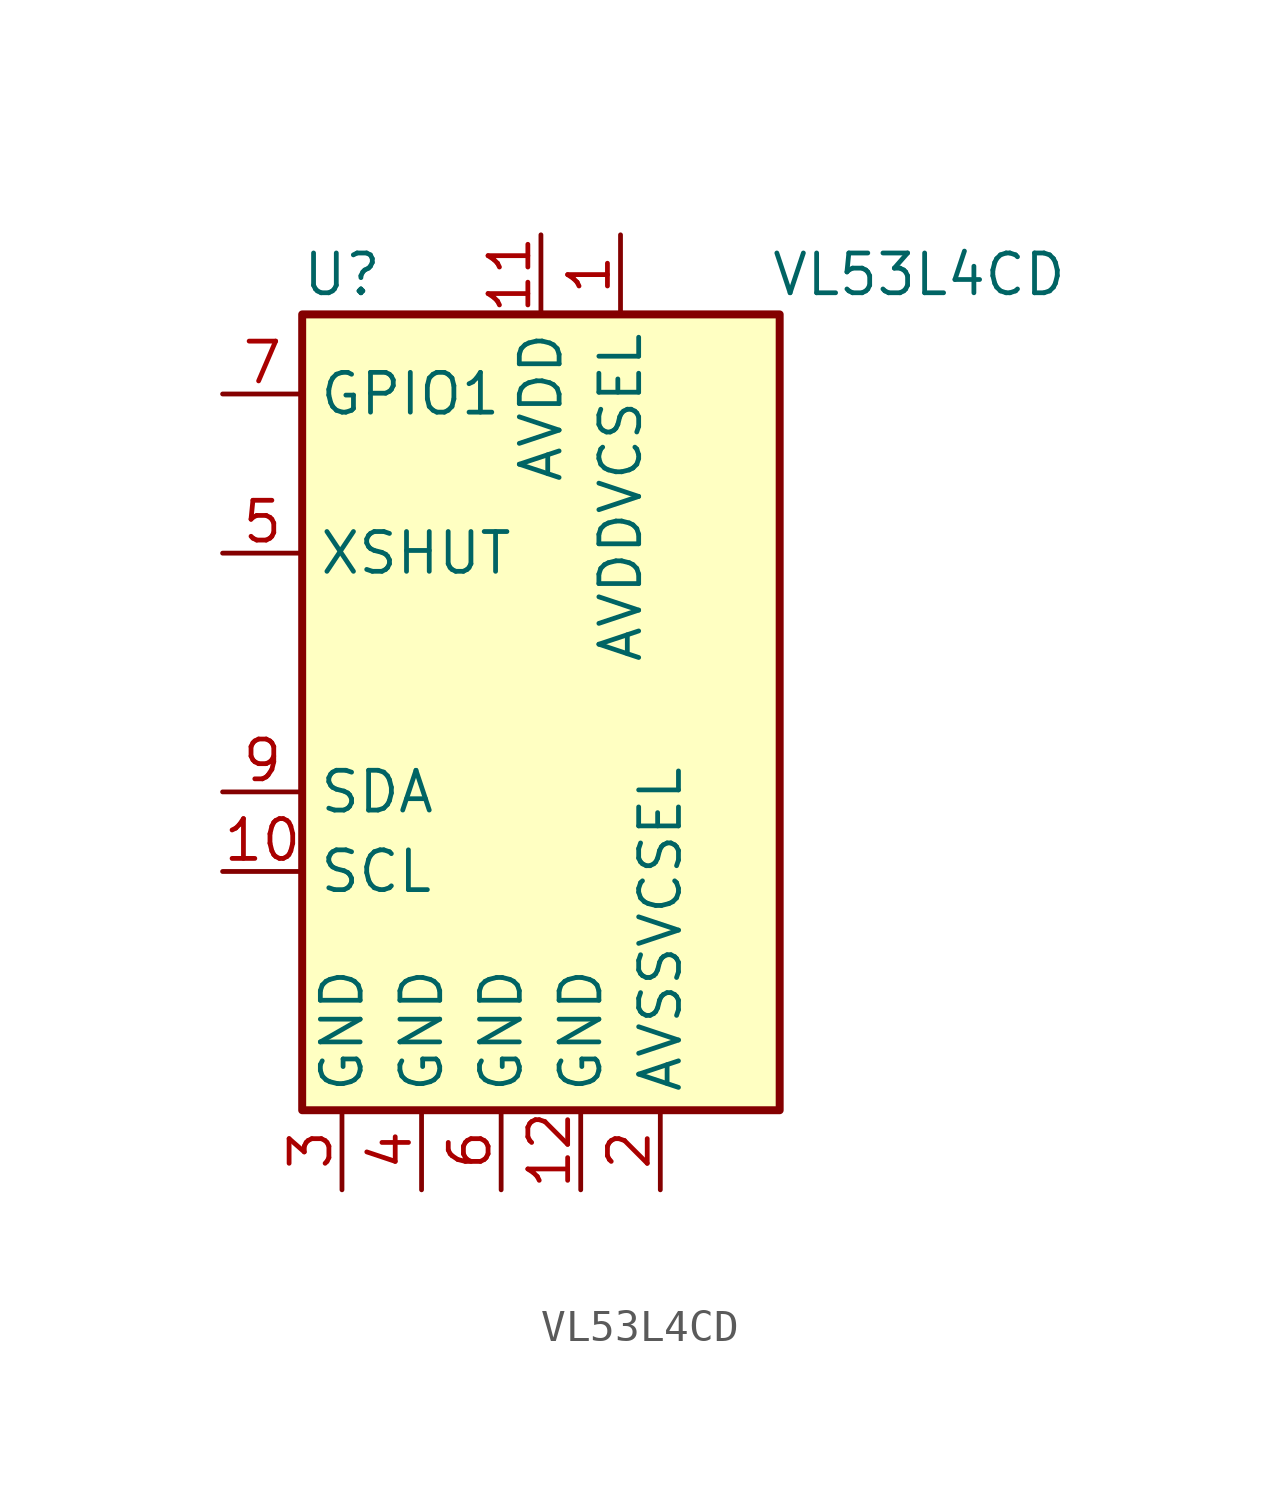
<source format=kicad_sym>
(kicad_symbol_lib
  (version 20220914)
  (generator kicad_symbol_editor)
  (symbol "VL53L4CD"
    (property "Reference" "U"
      (at -6.35 13.97 0)
      (effects (font (size 1.27 1.27))))
    (property "Value" "VL53L4CD"
      (at 12.065 13.97 0)
      (effects (font (size 1.27 1.27))))
    (symbol "VL53L4CD_0_1"
      (rectangle (start -7.62 12.7) (end 7.62 -12.7) (stroke (width 0.254) (type default)) (fill (type background))))
    (symbol "VL53L4CD_1_1"
      (pin power_in line (at 2.54 15.24 270) (length 2.54) (name "AVDDVCSEL" (effects (font (size 1.27 1.27)))) (number "1" (effects (font (size 1.27 1.27)))))
      (pin input line (at -10.16 -5.08 0) (length 2.54) (name "SCL" (effects (font (size 1.27 1.27)))) (number "10" (effects (font (size 1.27 1.27)))))
      (pin power_in line (at 0 15.24 270) (length 2.54) (name "AVDD" (effects (font (size 1.27 1.27)))) (number "11" (effects (font (size 1.27 1.27)))))
      (pin power_in line (at 1.27 -15.24 90) (length 2.54) (name "GND" (effects (font (size 1.27 1.27)))) (number "12" (effects (font (size 1.27 1.27)))))
      (pin power_in line (at 3.81 -15.24 90) (length 2.54) (name "AVSSVCSEL" (effects (font (size 1.27 1.27)))) (number "2" (effects (font (size 1.27 1.27)))))
      (pin power_in line (at -6.35 -15.24 90) (length 2.54) (name "GND" (effects (font (size 1.27 1.27)))) (number "3" (effects (font (size 1.27 1.27)))))
      (pin power_in line (at -3.81 -15.24 90) (length 2.54) (name "GND" (effects (font (size 1.27 1.27)))) (number "4" (effects (font (size 1.27 1.27)))))
      (pin input line (at -10.16 5.08 0) (length 2.54) (name "XSHUT" (effects (font (size 1.27 1.27)))) (number "5" (effects (font (size 1.27 1.27)))))
      (pin power_in line (at -1.27 -15.24 90) (length 2.54) (name "GND" (effects (font (size 1.27 1.27)))) (number "6" (effects (font (size 1.27 1.27)))))
      (pin open_collector line (at -10.16 10.16 0) (length 2.54) (name "GPIO1" (effects (font (size 1.27 1.27)))) (number "7" (effects (font (size 1.27 1.27)))))
      (pin no_connect line (at -7.62 7.62 0) (length 2.54) hide (name "DNC" (effects (font (size 1.27 1.27)))) (number "8" (effects (font (size 1.27 1.27)))))
      (pin bidirectional line (at -10.16 -2.54 0) (length 2.54) (name "SDA" (effects (font (size 1.27 1.27)))) (number "9" (effects (font (size 1.27 1.27))))))))
</source>
